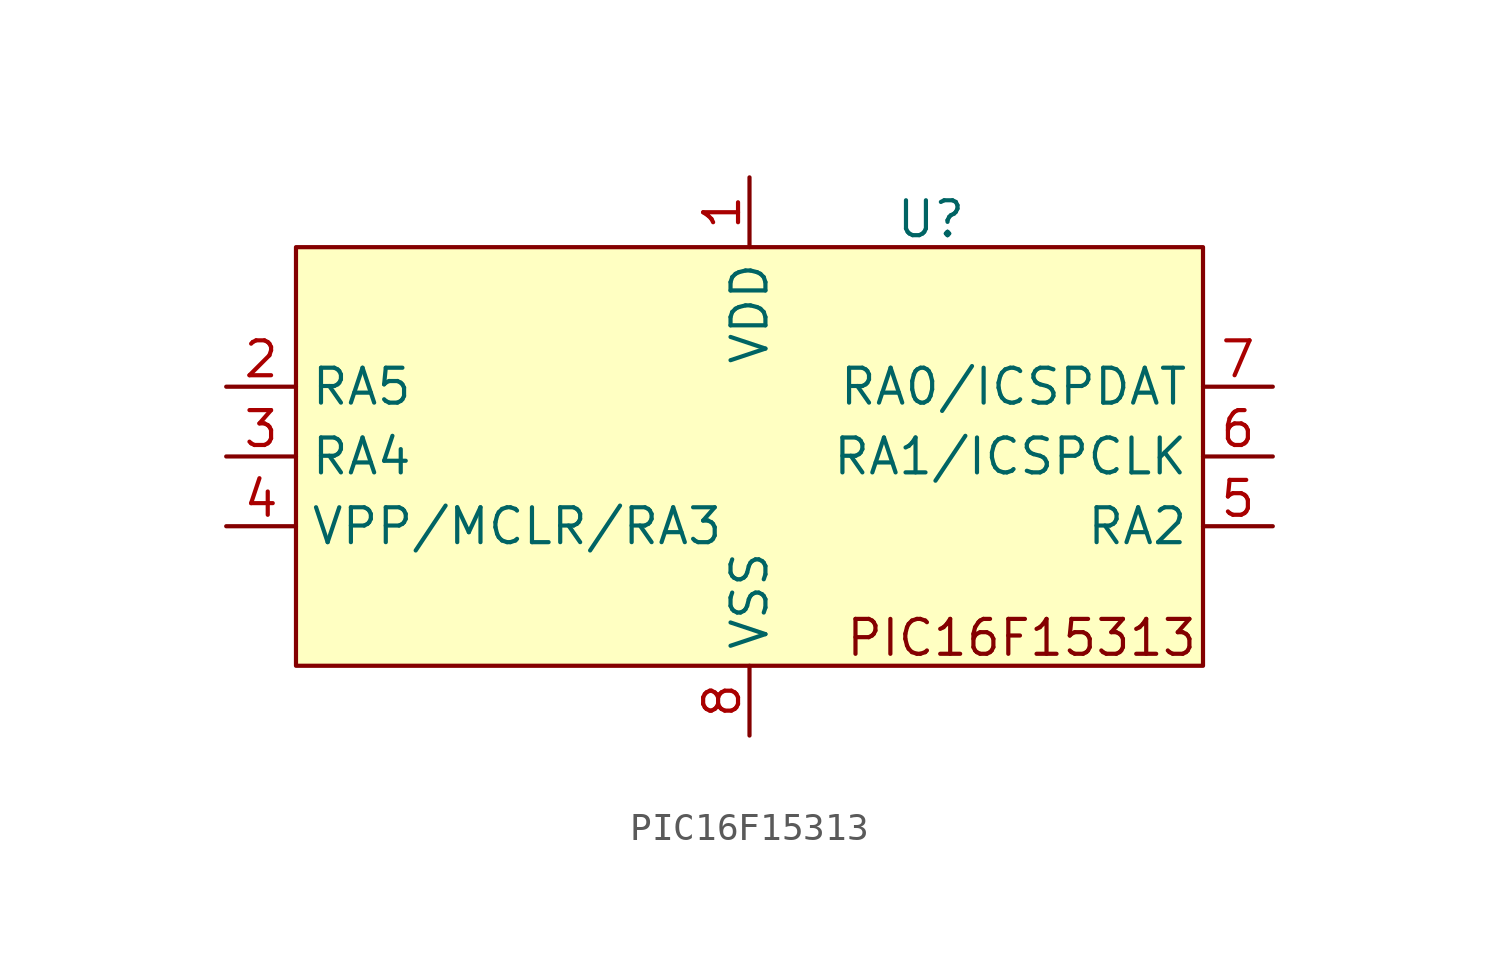
<source format=kicad_sym>
(kicad_symbol_lib
  (version 20231120)
  (generator "kicad_symbol_editor")
  (generator_version "8.0")
  (symbol "PIC16F15313"
    (property "Reference" "U"
      (at 6.604 8.636 0)
      (effects (font (size 1.27 1.27))))
    (property "Value" ""
      (at 0 1.27 0)
      (effects (font (size 1.27 1.27))))
    (symbol "PIC16F15313_1_1"
      (rectangle (start -16.51 7.62) (end 16.51 -7.62) (stroke (width 0) (type default)) (fill (type background)))
      (text "PIC16F15313" (at 9.906 -6.604 0) (effects (font (size 1.27 1.27))))
      (pin power_in line (at 0 10.16 270) (length 2.54) (name "VDD" (effects (font (size 1.27 1.27)))) (number "1" (effects (font (size 1.27 1.27)))))
      (pin bidirectional line (at -19.05 2.54 0) (length 2.54) (name "RA5" (effects (font (size 1.27 1.27)))) (number "2" (effects (font (size 1.27 1.27)))))
      (pin bidirectional line (at -19.05 0 0) (length 2.54) (name "RA4" (effects (font (size 1.27 1.27)))) (number "3" (effects (font (size 1.27 1.27)))))
      (pin bidirectional line (at -19.05 -2.54 0) (length 2.54) (name "VPP/MCLR/RA3" (effects (font (size 1.27 1.27)))) (number "4" (effects (font (size 1.27 1.27)))))
      (pin bidirectional line (at 19.05 -2.54 180) (length 2.54) (name "RA2" (effects (font (size 1.27 1.27)))) (number "5" (effects (font (size 1.27 1.27)))))
      (pin bidirectional line (at 19.05 0 180) (length 2.54) (name "RA1/ICSPCLK" (effects (font (size 1.27 1.27)))) (number "6" (effects (font (size 1.27 1.27)))))
      (pin bidirectional line (at 19.05 2.54 180) (length 2.54) (name "RA0/ICSPDAT" (effects (font (size 1.27 1.27)))) (number "7" (effects (font (size 1.27 1.27)))))
      (pin power_in line (at 0 -10.16 90) (length 2.54) (name "VSS" (effects (font (size 1.27 1.27)))) (number "8" (effects (font (size 1.27 1.27))))))))
</source>
